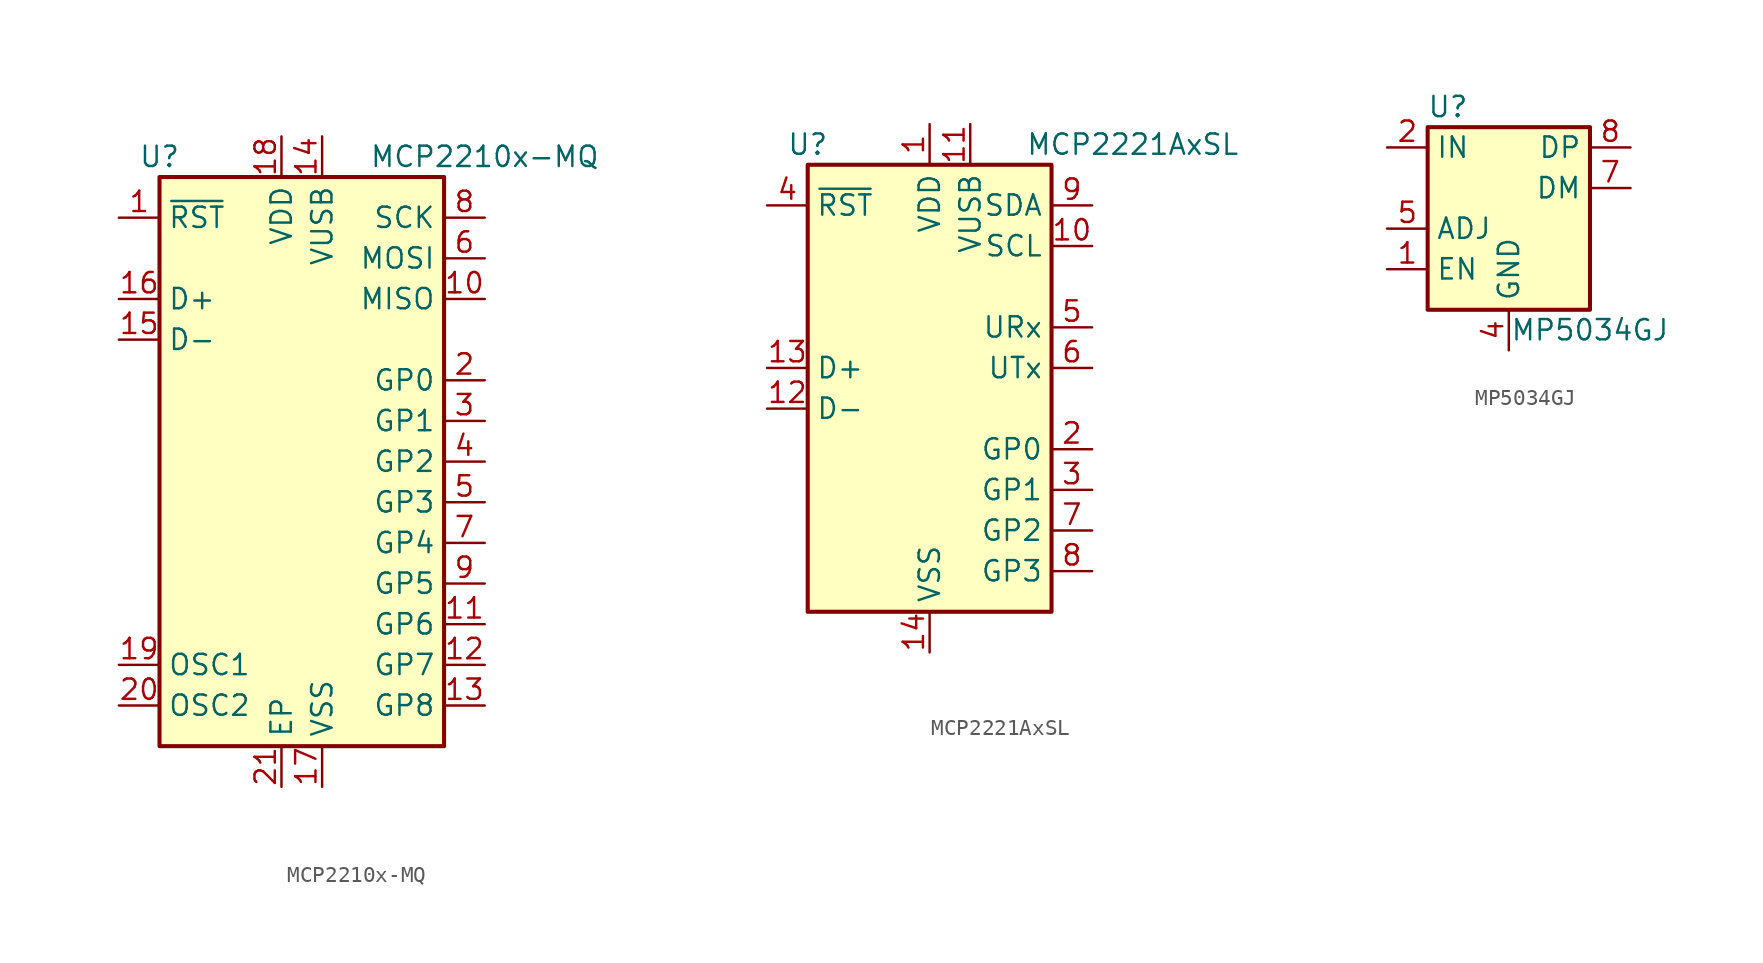
<source format=kicad_sym>
(kicad_symbol_lib
  (version 20231120)
  (generator "kicad_symbol_editor")
  (generator_version "8.0")
  (symbol "MCP2210x-MQ"
    (property "Reference" "U"
      (at -10.16 19.05 0)
      (effects (font (size 1.27 1.27))))
    (property "Value" "MCP2210x-MQ"
      (at 10.16 19.05 0)
      (effects (font (size 1.27 1.27))))
    (symbol "MCP2210x-MQ_0_1"
      (rectangle (start -10.16 17.78) (end 7.62 -17.78) (stroke (width 0.254) (type default)) (fill (type background))))
    (symbol "MCP2210x-MQ_1_1"
      (pin input line (at -12.7 15.24 0) (length 2.54) (name "~{RST}" (effects (font (size 1.27 1.27)))) (number "1" (effects (font (size 1.27 1.27)))))
      (pin input line (at 10.16 10.16 180) (length 2.54) (name "MISO" (effects (font (size 1.27 1.27)))) (number "10" (effects (font (size 1.27 1.27)))))
      (pin bidirectional line (at 10.16 -10.16 180) (length 2.54) (name "GP6" (effects (font (size 1.27 1.27)))) (number "11" (effects (font (size 1.27 1.27)))))
      (pin bidirectional line (at 10.16 -12.7 180) (length 2.54) (name "GP7" (effects (font (size 1.27 1.27)))) (number "12" (effects (font (size 1.27 1.27)))))
      (pin bidirectional line (at 10.16 -15.24 180) (length 2.54) (name "GP8" (effects (font (size 1.27 1.27)))) (number "13" (effects (font (size 1.27 1.27)))))
      (pin passive line (at 0 20.32 270) (length 2.54) (name "VUSB" (effects (font (size 1.27 1.27)))) (number "14" (effects (font (size 1.27 1.27)))))
      (pin bidirectional line (at -12.7 7.62 0) (length 2.54) (name "D-" (effects (font (size 1.27 1.27)))) (number "15" (effects (font (size 1.27 1.27)))))
      (pin bidirectional line (at -12.7 10.16 0) (length 2.54) (name "D+" (effects (font (size 1.27 1.27)))) (number "16" (effects (font (size 1.27 1.27)))))
      (pin power_in line (at 0 -20.32 90) (length 2.54) (name "VSS" (effects (font (size 1.27 1.27)))) (number "17" (effects (font (size 1.27 1.27)))))
      (pin power_in line (at -2.54 20.32 270) (length 2.54) (name "VDD" (effects (font (size 1.27 1.27)))) (number "18" (effects (font (size 1.27 1.27)))))
      (pin input line (at -12.7 -12.7 0) (length 2.54) (name "OSC1" (effects (font (size 1.27 1.27)))) (number "19" (effects (font (size 1.27 1.27)))))
      (pin bidirectional line (at 10.16 5.08 180) (length 2.54) (name "GP0" (effects (font (size 1.27 1.27)))) (number "2" (effects (font (size 1.27 1.27)))))
      (pin output line (at -12.7 -15.24 0) (length 2.54) (name "OSC2" (effects (font (size 1.27 1.27)))) (number "20" (effects (font (size 1.27 1.27)))))
      (pin passive line (at -2.54 -20.32 90) (length 2.54) (name "EP" (effects (font (size 1.27 1.27)))) (number "21" (effects (font (size 1.27 1.27)))))
      (pin bidirectional line (at 10.16 2.54 180) (length 2.54) (name "GP1" (effects (font (size 1.27 1.27)))) (number "3" (effects (font (size 1.27 1.27)))))
      (pin bidirectional line (at 10.16 0 180) (length 2.54) (name "GP2" (effects (font (size 1.27 1.27)))) (number "4" (effects (font (size 1.27 1.27)))))
      (pin bidirectional line (at 10.16 -2.54 180) (length 2.54) (name "GP3" (effects (font (size 1.27 1.27)))) (number "5" (effects (font (size 1.27 1.27)))))
      (pin output line (at 10.16 12.7 180) (length 2.54) (name "MOSI" (effects (font (size 1.27 1.27)))) (number "6" (effects (font (size 1.27 1.27)))))
      (pin bidirectional line (at 10.16 -5.08 180) (length 2.54) (name "GP4" (effects (font (size 1.27 1.27)))) (number "7" (effects (font (size 1.27 1.27)))))
      (pin output line (at 10.16 15.24 180) (length 2.54) (name "SCK" (effects (font (size 1.27 1.27)))) (number "8" (effects (font (size 1.27 1.27)))))
      (pin bidirectional line (at 10.16 -7.62 180) (length 2.54) (name "GP5" (effects (font (size 1.27 1.27)))) (number "9" (effects (font (size 1.27 1.27)))))))
  (symbol "MCP2221AxSL"
    (property "Reference" "U"
      (at -7.62 16.51 0)
      (effects (font (size 1.27 1.27))))
    (property "Value" "MCP2221AxSL"
      (at 12.7 16.51 0)
      (effects (font (size 1.27 1.27))))
    (symbol "MCP2221AxSL_0_1"
      (rectangle (start -7.62 15.24) (end 7.62 -12.7) (stroke (width 0.254) (type default)) (fill (type background))))
    (symbol "MCP2221AxSL_1_1"
      (pin power_in line (at 0 17.78 270) (length 2.54) (name "VDD" (effects (font (size 1.27 1.27)))) (number "1" (effects (font (size 1.27 1.27)))))
      (pin bidirectional line (at 10.16 10.16 180) (length 2.54) (name "SCL" (effects (font (size 1.27 1.27)))) (number "10" (effects (font (size 1.27 1.27)))))
      (pin passive line (at 2.54 17.78 270) (length 2.54) (name "VUSB" (effects (font (size 1.27 1.27)))) (number "11" (effects (font (size 1.27 1.27)))))
      (pin bidirectional line (at -10.16 0 0) (length 2.54) (name "D-" (effects (font (size 1.27 1.27)))) (number "12" (effects (font (size 1.27 1.27)))))
      (pin bidirectional line (at -10.16 2.54 0) (length 2.54) (name "D+" (effects (font (size 1.27 1.27)))) (number "13" (effects (font (size 1.27 1.27)))))
      (pin power_in line (at 0 -15.24 90) (length 2.54) (name "VSS" (effects (font (size 1.27 1.27)))) (number "14" (effects (font (size 1.27 1.27)))))
      (pin bidirectional line (at 10.16 -2.54 180) (length 2.54) (name "GP0" (effects (font (size 1.27 1.27)))) (number "2" (effects (font (size 1.27 1.27)))))
      (pin bidirectional line (at 10.16 -5.08 180) (length 2.54) (name "GP1" (effects (font (size 1.27 1.27)))) (number "3" (effects (font (size 1.27 1.27)))))
      (pin input line (at -10.16 12.7 0) (length 2.54) (name "~{RST}" (effects (font (size 1.27 1.27)))) (number "4" (effects (font (size 1.27 1.27)))))
      (pin input line (at 10.16 5.08 180) (length 2.54) (name "URx" (effects (font (size 1.27 1.27)))) (number "5" (effects (font (size 1.27 1.27)))))
      (pin output line (at 10.16 2.54 180) (length 2.54) (name "UTx" (effects (font (size 1.27 1.27)))) (number "6" (effects (font (size 1.27 1.27)))))
      (pin bidirectional line (at 10.16 -7.62 180) (length 2.54) (name "GP2" (effects (font (size 1.27 1.27)))) (number "7" (effects (font (size 1.27 1.27)))))
      (pin bidirectional line (at 10.16 -10.16 180) (length 2.54) (name "GP3" (effects (font (size 1.27 1.27)))) (number "8" (effects (font (size 1.27 1.27)))))
      (pin bidirectional line (at 10.16 12.7 180) (length 2.54) (name "SDA" (effects (font (size 1.27 1.27)))) (number "9" (effects (font (size 1.27 1.27)))))))
  (symbol "MP5034GJ"
    (property "Reference" "U"
      (at -3.81 7.62 0)
      (effects (font (size 1.27 1.27))))
    (property "Value" "MP5034GJ"
      (at 5.08 -6.35 0)
      (effects (font (size 1.27 1.27))))
    (symbol "MP5034GJ_0_1"
      (rectangle (start -5.08 6.35) (end 5.08 -5.08) (stroke (width 0.254) (type default)) (fill (type background))))
    (symbol "MP5034GJ_1_1"
      (pin input line (at -7.62 -2.54 0) (length 2.54) (name "EN" (effects (font (size 1.27 1.27)))) (number "1" (effects (font (size 1.27 1.27)))))
      (pin power_in line (at -7.62 5.08 0) (length 2.54) (name "IN" (effects (font (size 1.27 1.27)))) (number "2" (effects (font (size 1.27 1.27)))))
      (pin passive line (at -7.62 5.08 0) (length 2.54) hide (name "IN" (effects (font (size 1.27 1.27)))) (number "3" (effects (font (size 1.27 1.27)))))
      (pin power_in line (at 0 -7.62 90) (length 2.54) (name "GND" (effects (font (size 1.27 1.27)))) (number "4" (effects (font (size 1.27 1.27)))))
      (pin passive line (at -7.62 0 0) (length 2.54) (name "ADJ" (effects (font (size 1.27 1.27)))) (number "5" (effects (font (size 1.27 1.27)))))
      (pin no_connect line (at 5.08 -2.54 180) (length 2.54) hide (name "NC" (effects (font (size 1.27 1.27)))) (number "6" (effects (font (size 1.27 1.27)))))
      (pin input line (at 7.62 2.54 180) (length 2.54) (name "DM" (effects (font (size 1.27 1.27)))) (number "7" (effects (font (size 1.27 1.27)))))
      (pin input line (at 7.62 5.08 180) (length 2.54) (name "DP" (effects (font (size 1.27 1.27)))) (number "8" (effects (font (size 1.27 1.27))))))))
</source>
